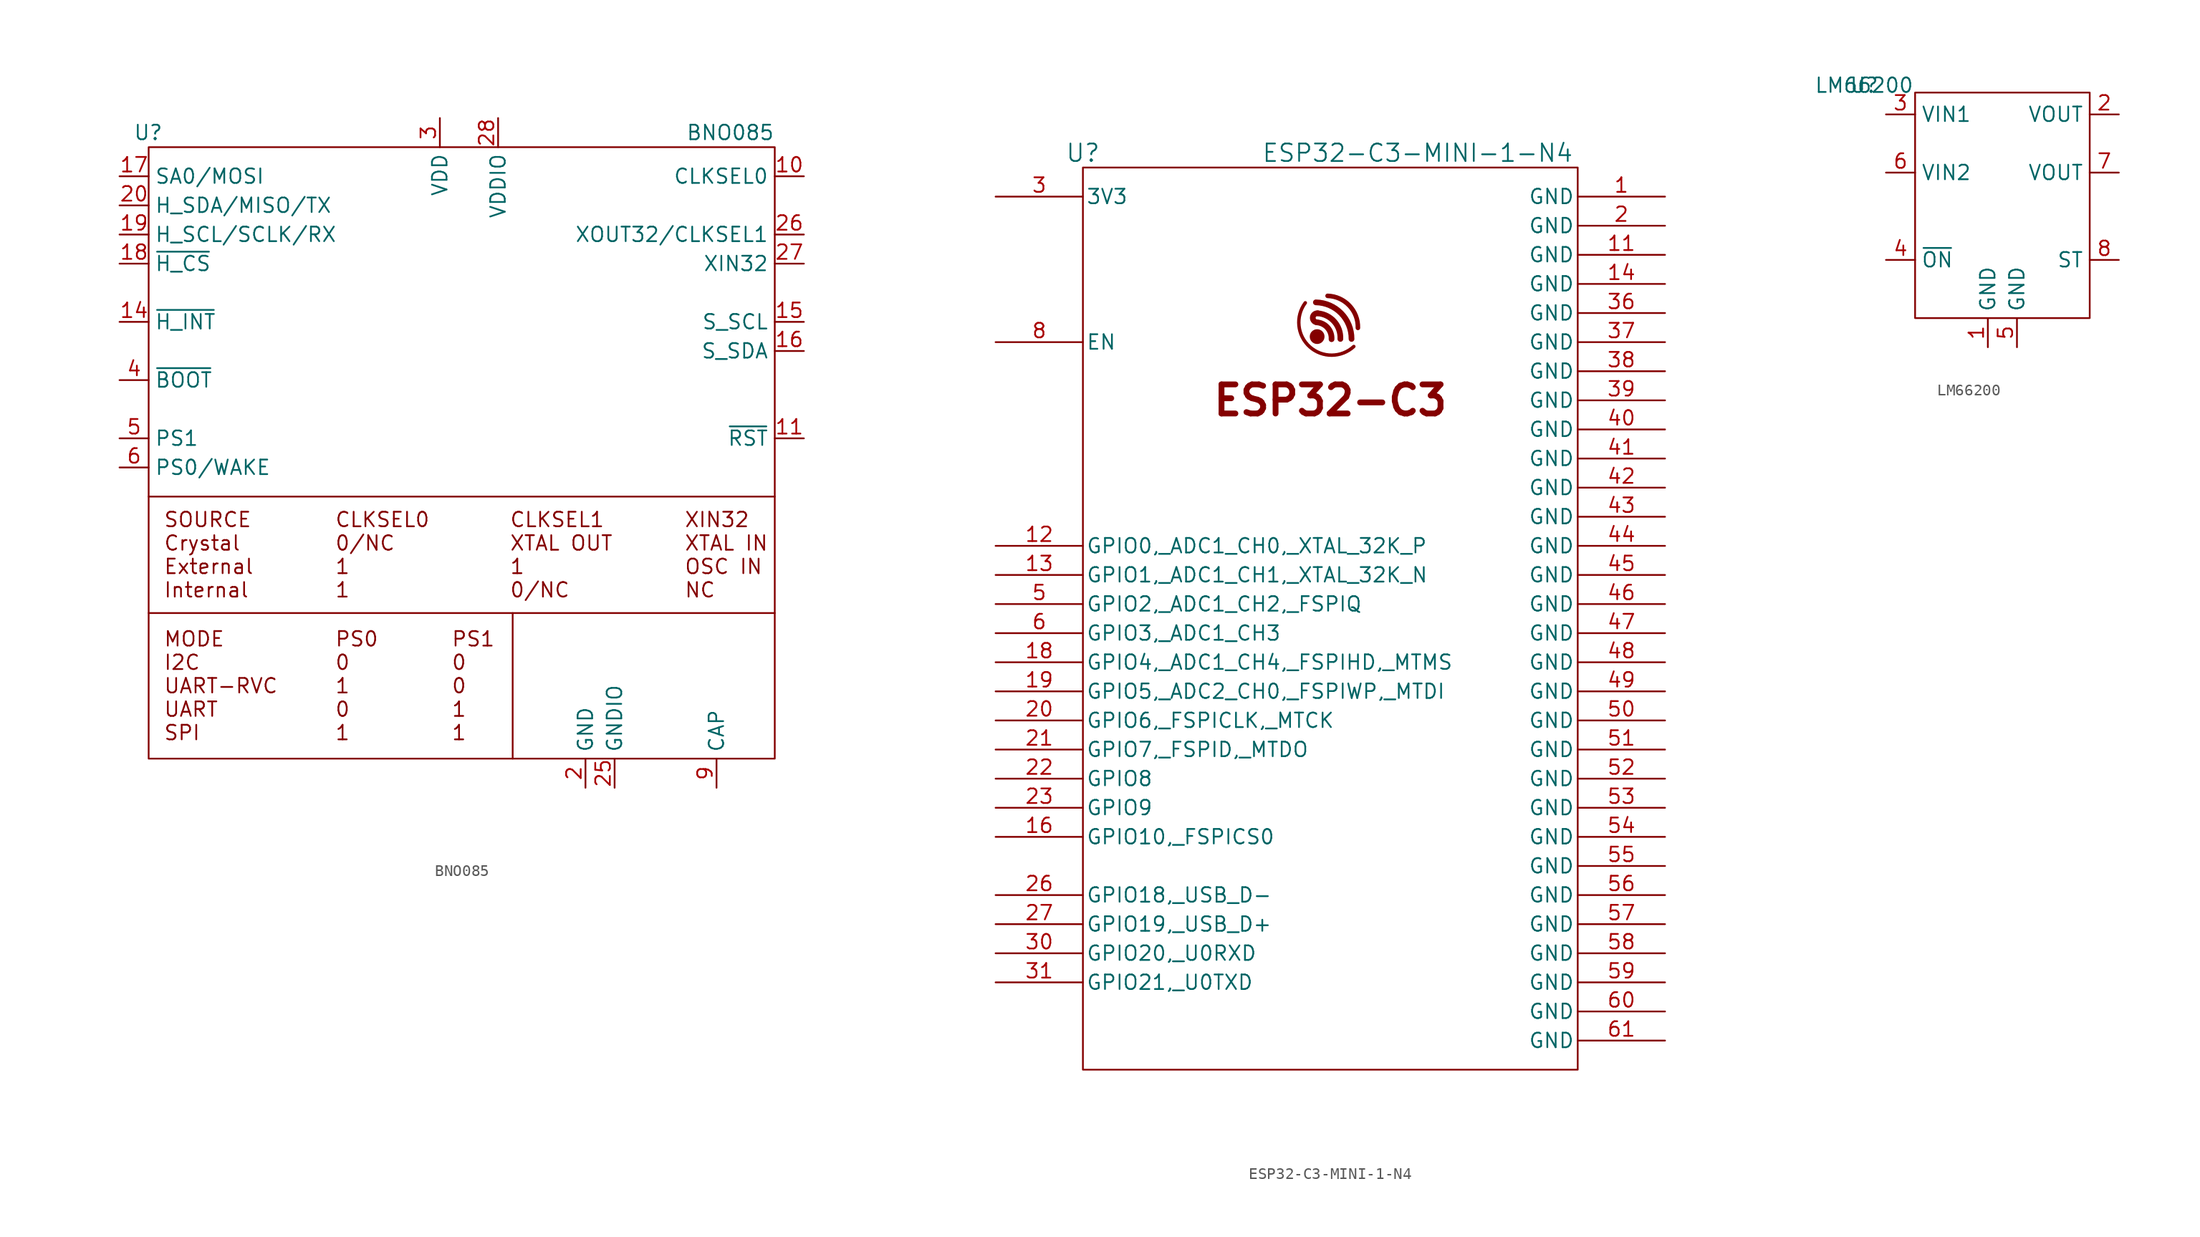
<source format=kicad_sym>
(kicad_symbol_lib
  (version 20220914)
  (generator kicad_symbol_editor)
  (symbol "BNO085"
    (property "Reference" "U"
      (at 3.81 3.81 0)
      (effects (font (size 1.27 1.27)) (justify right)))
    (property "Value" "BNO085"
      (at 57.15 3.81 0)
      (effects (font (size 1.27 1.27)) (justify right)))
    (symbol "BNO085_1_1"
      (polyline (pts (xy 2.54 -38.1) (xy 57.15 -38.1)) (stroke (width 0) (type default)) (fill (type none)))
      (polyline (pts (xy 2.54 -27.94) (xy 57.15 -27.94)) (stroke (width 0) (type default)) (fill (type none)))
      (polyline (pts (xy 34.29 -50.8) (xy 34.29 -38.1)) (stroke (width 0) (type default)) (fill (type none)))
      (rectangle (start 2.54 2.54) (end 57.15 -50.8) (stroke (width 0) (type default)) (fill (type none)))
      (text "MODE		PS0		PS1\nI2C			0		0\nUART-RVC	1		0\nUART		0		1\nSPI			1		1" (at 3.81 -44.45 0) (effects (font (size 1.27 1.27)) (justify left)))
      (text "SOURCE		CLKSEL0		CLKSEL1		XIN32\nCrystal		0/NC		XTAL OUT	XTAL IN  \nExternal	1			1			OSC IN\nInternal	1			0/NC		NC" (at 3.81 -33.02 0) (effects (font (size 1.27 1.27)) (justify left)))
      (pin no_connect line (at 59.69 -48.26 180) (length 2.54) hide (name "PIN1" (effects (font (size 1.27 1.27)))) (number "1" (effects (font (size 1.27 1.27)))))
      (pin input line (at 59.69 0 180) (length 2.54) (name "CLKSEL0" (effects (font (size 1.27 1.27)))) (number "10" (effects (font (size 1.27 1.27)))))
      (pin input line (at 59.69 -22.86 180) (length 2.54) (name "~{RST}" (effects (font (size 1.27 1.27)))) (number "11" (effects (font (size 1.27 1.27)))))
      (pin no_connect line (at 59.69 -39.37 180) (length 2.54) hide (name "PIN12" (effects (font (size 1.27 1.27)))) (number "12" (effects (font (size 1.27 1.27)))))
      (pin no_connect line (at 59.69 -45.72 180) (length 2.54) hide (name "PIN13" (effects (font (size 1.27 1.27)))) (number "13" (effects (font (size 1.27 1.27)))))
      (pin output line (at 0 -12.7 0) (length 2.54) (name "~{H_INT}" (effects (font (size 1.27 1.27)))) (number "14" (effects (font (size 1.27 1.27)))))
      (pin bidirectional line (at 59.69 -12.7 180) (length 2.54) (name "S_SCL" (effects (font (size 1.27 1.27)))) (number "15" (effects (font (size 1.27 1.27)))))
      (pin bidirectional line (at 59.69 -15.24 180) (length 2.54) (name "S_SDA" (effects (font (size 1.27 1.27)))) (number "16" (effects (font (size 1.27 1.27)))))
      (pin input line (at 0 0 0) (length 2.54) (name "SA0/MOSI" (effects (font (size 1.27 1.27)))) (number "17" (effects (font (size 1.27 1.27)))))
      (pin input line (at 0 -7.62 0) (length 2.54) (name "~{H_CS}" (effects (font (size 1.27 1.27)))) (number "18" (effects (font (size 1.27 1.27)))))
      (pin bidirectional line (at 0 -5.08 0) (length 2.54) (name "H_SCL/SCLK/RX" (effects (font (size 1.27 1.27)))) (number "19" (effects (font (size 1.27 1.27)))))
      (pin power_in line (at 40.64 -53.34 90) (length 2.54) (name "GND" (effects (font (size 1.27 1.27)))) (number "2" (effects (font (size 1.27 1.27)))))
      (pin bidirectional line (at 0 -2.54 0) (length 2.54) (name "H_SDA/MISO/TX" (effects (font (size 1.27 1.27)))) (number "20" (effects (font (size 1.27 1.27)))))
      (pin no_connect line (at 59.69 -49.53 180) (length 2.54) hide (name "PIN21" (effects (font (size 1.27 1.27)))) (number "21" (effects (font (size 1.27 1.27)))))
      (pin no_connect line (at 59.69 -46.99 180) (length 2.54) hide (name "PIN22" (effects (font (size 1.27 1.27)))) (number "22" (effects (font (size 1.27 1.27)))))
      (pin no_connect line (at 59.69 -44.45 180) (length 2.54) hide (name "PIN23" (effects (font (size 1.27 1.27)))) (number "23" (effects (font (size 1.27 1.27)))))
      (pin no_connect line (at 59.69 -43.18 180) (length 2.54) hide (name "PIN24" (effects (font (size 1.27 1.27)))) (number "24" (effects (font (size 1.27 1.27)))))
      (pin power_in line (at 43.18 -53.34 90) (length 2.54) (name "GNDIO" (effects (font (size 1.27 1.27)))) (number "25" (effects (font (size 1.27 1.27)))))
      (pin output line (at 59.69 -5.08 180) (length 2.54) (name "XOUT32/CLKSEL1" (effects (font (size 1.27 1.27)))) (number "26" (effects (font (size 1.27 1.27)))))
      (pin input line (at 59.69 -7.62 180) (length 2.54) (name "XIN32" (effects (font (size 1.27 1.27)))) (number "27" (effects (font (size 1.27 1.27)))))
      (pin power_in line (at 33.02 5.08 270) (length 2.54) (name "VDDIO" (effects (font (size 1.27 1.27)))) (number "28" (effects (font (size 1.27 1.27)))))
      (pin power_in line (at 27.94 5.08 270) (length 2.54) (name "VDD" (effects (font (size 1.27 1.27)))) (number "3" (effects (font (size 1.27 1.27)))))
      (pin input line (at 0 -17.78 0) (length 2.54) (name "~{BOOT}" (effects (font (size 1.27 1.27)))) (number "4" (effects (font (size 1.27 1.27)))))
      (pin input line (at 0 -22.86 0) (length 2.54) (name "PS1" (effects (font (size 1.27 1.27)))) (number "5" (effects (font (size 1.27 1.27)))))
      (pin input line (at 0 -25.4 0) (length 2.54) (name "PS0/WAKE" (effects (font (size 1.27 1.27)))) (number "6" (effects (font (size 1.27 1.27)))))
      (pin no_connect line (at 59.69 -41.91 180) (length 2.54) hide (name "PIN7" (effects (font (size 1.27 1.27)))) (number "7" (effects (font (size 1.27 1.27)))))
      (pin no_connect line (at 59.69 -40.64 180) (length 2.54) hide (name "PIN8" (effects (font (size 1.27 1.27)))) (number "8" (effects (font (size 1.27 1.27)))))
      (pin passive line (at 52.07 -53.34 90) (length 2.54) (name "CAP" (effects (font (size 1.27 1.27)))) (number "9" (effects (font (size 1.27 1.27)))))))
  (symbol "ESP32-C3-MINI-1-N4"
    (pin_names
      (offset 0.254))
    (property "Reference" "U"
      (at 7.62 3.81 0)
      (effects (font (size 1.524 1.524))))
    (property "Value" "ESP32-C3-MINI-1-N4"
      (at 36.83 3.81 0)
      (effects (font (size 1.524 1.524))))
    (symbol "ESP32-C3-MINI-1-N4_0_1"
      (pin power_out line (at 58.42 0 180) (length 7.62) (name "GND" (effects (font (size 1.27 1.27)))) (number "1" (effects (font (size 1.27 1.27)))))
      (pin power_out line (at 58.42 -5.08 180) (length 7.62) (name "GND" (effects (font (size 1.27 1.27)))) (number "11" (effects (font (size 1.27 1.27)))))
      (pin power_out line (at 58.42 -7.62 180) (length 7.62) (name "GND" (effects (font (size 1.27 1.27)))) (number "14" (effects (font (size 1.27 1.27)))))
      (pin power_out line (at 58.42 -2.54 180) (length 7.62) (name "GND" (effects (font (size 1.27 1.27)))) (number "2" (effects (font (size 1.27 1.27)))))
      (pin power_in line (at 0 0 0) (length 7.62) (name "3V3" (effects (font (size 1.27 1.27)))) (number "3" (effects (font (size 1.27 1.27)))))
      (pin power_out line (at 58.42 -10.16 180) (length 7.62) (name "GND" (effects (font (size 1.27 1.27)))) (number "36" (effects (font (size 1.27 1.27)))))
      (pin power_out line (at 58.42 -12.7 180) (length 7.62) (name "GND" (effects (font (size 1.27 1.27)))) (number "37" (effects (font (size 1.27 1.27)))))
      (pin power_out line (at 58.42 -15.24 180) (length 7.62) (name "GND" (effects (font (size 1.27 1.27)))) (number "38" (effects (font (size 1.27 1.27)))))
      (pin power_out line (at 58.42 -17.78 180) (length 7.62) (name "GND" (effects (font (size 1.27 1.27)))) (number "39" (effects (font (size 1.27 1.27)))))
      (pin power_out line (at 58.42 -20.32 180) (length 7.62) (name "GND" (effects (font (size 1.27 1.27)))) (number "40" (effects (font (size 1.27 1.27)))))
      (pin power_out line (at 58.42 -22.86 180) (length 7.62) (name "GND" (effects (font (size 1.27 1.27)))) (number "41" (effects (font (size 1.27 1.27)))))
      (pin power_out line (at 58.42 -25.4 180) (length 7.62) (name "GND" (effects (font (size 1.27 1.27)))) (number "42" (effects (font (size 1.27 1.27)))))
      (pin power_out line (at 58.42 -27.94 180) (length 7.62) (name "GND" (effects (font (size 1.27 1.27)))) (number "43" (effects (font (size 1.27 1.27)))))
      (pin power_out line (at 58.42 -30.48 180) (length 7.62) (name "GND" (effects (font (size 1.27 1.27)))) (number "44" (effects (font (size 1.27 1.27)))))
      (pin power_out line (at 58.42 -33.02 180) (length 7.62) (name "GND" (effects (font (size 1.27 1.27)))) (number "45" (effects (font (size 1.27 1.27)))))
      (pin power_out line (at 58.42 -35.56 180) (length 7.62) (name "GND" (effects (font (size 1.27 1.27)))) (number "46" (effects (font (size 1.27 1.27)))))
      (pin power_out line (at 58.42 -38.1 180) (length 7.62) (name "GND" (effects (font (size 1.27 1.27)))) (number "47" (effects (font (size 1.27 1.27)))))
      (pin power_out line (at 58.42 -40.64 180) (length 7.62) (name "GND" (effects (font (size 1.27 1.27)))) (number "48" (effects (font (size 1.27 1.27)))))
      (pin power_out line (at 58.42 -43.18 180) (length 7.62) (name "GND" (effects (font (size 1.27 1.27)))) (number "49" (effects (font (size 1.27 1.27)))))
      (pin power_out line (at 58.42 -45.72 180) (length 7.62) (name "GND" (effects (font (size 1.27 1.27)))) (number "50" (effects (font (size 1.27 1.27)))))
      (pin power_out line (at 58.42 -48.26 180) (length 7.62) (name "GND" (effects (font (size 1.27 1.27)))) (number "51" (effects (font (size 1.27 1.27)))))
      (pin power_out line (at 58.42 -50.8 180) (length 7.62) (name "GND" (effects (font (size 1.27 1.27)))) (number "52" (effects (font (size 1.27 1.27)))))
      (pin power_out line (at 58.42 -53.34 180) (length 7.62) (name "GND" (effects (font (size 1.27 1.27)))) (number "53" (effects (font (size 1.27 1.27)))))
      (pin power_out line (at 58.42 -55.88 180) (length 7.62) (name "GND" (effects (font (size 1.27 1.27)))) (number "54" (effects (font (size 1.27 1.27)))))
      (pin power_out line (at 58.42 -58.42 180) (length 7.62) (name "GND" (effects (font (size 1.27 1.27)))) (number "55" (effects (font (size 1.27 1.27)))))
      (pin power_out line (at 58.42 -60.96 180) (length 7.62) (name "GND" (effects (font (size 1.27 1.27)))) (number "56" (effects (font (size 1.27 1.27)))))
      (pin power_out line (at 58.42 -63.5 180) (length 7.62) (name "GND" (effects (font (size 1.27 1.27)))) (number "57" (effects (font (size 1.27 1.27)))))
      (pin power_out line (at 58.42 -66.04 180) (length 7.62) (name "GND" (effects (font (size 1.27 1.27)))) (number "58" (effects (font (size 1.27 1.27)))))
      (pin power_out line (at 58.42 -68.58 180) (length 7.62) (name "GND" (effects (font (size 1.27 1.27)))) (number "59" (effects (font (size 1.27 1.27)))))
      (pin power_out line (at 58.42 -71.12 180) (length 7.62) (name "GND" (effects (font (size 1.27 1.27)))) (number "60" (effects (font (size 1.27 1.27)))))
      (pin power_out line (at 58.42 -73.66 180) (length 7.62) (name "GND" (effects (font (size 1.27 1.27)))) (number "61" (effects (font (size 1.27 1.27)))))
      (pin input line (at 0 -12.7 0) (length 7.62) (name "EN" (effects (font (size 1.27 1.27)))) (number "8" (effects (font (size 1.27 1.27))))))
    (symbol "ESP32-C3-MINI-1-N4_1_1"
      (rectangle (start 7.62 2.54) (end 50.8 -76.2) (stroke (width 0) (type default)) (fill (type none)))
      (arc (start 27.0277 -9.2676) (mid 27.4044 -13.1049) (end 31.2601 -13.0808) (stroke (width 0.3) (type default)) (fill (type none)))
      (circle (center 28.06 -12.217) (radius 0.568) (stroke (width 0) (type default)) (fill (type outline)))
      (arc (start 28.1105 -10.1852) (mid 27.6909 -10.5453) (end 28.0416 -10.9728) (stroke (width 0.5) (type default)) (fill (type none)))
      (arc (start 29.3141 -12.4427) (mid 28.9783 -11.4477) (end 28.0416 -10.9728) (stroke (width 0.5) (type default)) (fill (type none)))
      (arc (start 30.0917 -12.4204) (mid 29.5547 -10.9008) (end 28.1105 -10.1852) (stroke (width 0.5) (type default)) (fill (type none)))
      (arc (start 31.0569 -12.4204) (mid 30.1597 -10.1862) (end 27.951 -9.2279) (stroke (width 0.5) (type default)) (fill (type none)))
      (arc (start 31.6157 -11.4552) (mid 30.8708 -9.5137) (end 28.9741 -8.6612) (stroke (width 0.4) (type default)) (fill (type none)))
      (text "ESP32-C3" (at 29.21 -17.78 0) (effects (font (size 2.54 2.54) bold)))
      (pin no_connect line (at 0 -1.27 0) (length 7.62) hide (name "NC" (effects (font (size 1.27 1.27)))) (number "10" (effects (font (size 1.27 1.27)))))
      (pin bidirectional line (at 0 -30.48 0) (length 7.62) (name "GPIO0,_ADC1_CH0,_XTAL_32K_P" (effects (font (size 1.27 1.27)))) (number "12" (effects (font (size 1.27 1.27)))))
      (pin bidirectional line (at 0 -33.02 0) (length 7.62) (name "GPIO1,_ADC1_CH1,_XTAL_32K_N" (effects (font (size 1.27 1.27)))) (number "13" (effects (font (size 1.27 1.27)))))
      (pin no_connect line (at 0 -2.54 0) (length 7.62) hide (name "NC" (effects (font (size 1.27 1.27)))) (number "15" (effects (font (size 1.27 1.27)))))
      (pin bidirectional line (at 0 -55.88 0) (length 7.62) (name "GPIO10,_FSPICS0" (effects (font (size 1.27 1.27)))) (number "16" (effects (font (size 1.27 1.27)))))
      (pin no_connect line (at 0 -3.81 0) (length 7.62) hide (name "NC" (effects (font (size 1.27 1.27)))) (number "17" (effects (font (size 1.27 1.27)))))
      (pin bidirectional line (at 0 -40.64 0) (length 7.62) (name "GPIO4,_ADC1_CH4,_FSPIHD,_MTMS" (effects (font (size 1.27 1.27)))) (number "18" (effects (font (size 1.27 1.27)))))
      (pin bidirectional line (at 0 -43.18 0) (length 7.62) (name "GPIO5,_ADC2_CH0,_FSPIWP,_MTDI" (effects (font (size 1.27 1.27)))) (number "19" (effects (font (size 1.27 1.27)))))
      (pin bidirectional line (at 0 -45.72 0) (length 7.62) (name "GPIO6,_FSPICLK,_MTCK" (effects (font (size 1.27 1.27)))) (number "20" (effects (font (size 1.27 1.27)))))
      (pin bidirectional line (at 0 -48.26 0) (length 7.62) (name "GPIO7,_FSPID,_MTDO" (effects (font (size 1.27 1.27)))) (number "21" (effects (font (size 1.27 1.27)))))
      (pin bidirectional line (at 0 -50.8 0) (length 7.62) (name "GPIO8" (effects (font (size 1.27 1.27)))) (number "22" (effects (font (size 1.27 1.27)))))
      (pin bidirectional line (at 0 -53.34 0) (length 7.62) (name "GPIO9" (effects (font (size 1.27 1.27)))) (number "23" (effects (font (size 1.27 1.27)))))
      (pin no_connect line (at 0 -5.08 0) (length 7.62) hide (name "NC" (effects (font (size 1.27 1.27)))) (number "24" (effects (font (size 1.27 1.27)))))
      (pin no_connect line (at 0 -6.35 0) (length 7.62) hide (name "NC" (effects (font (size 1.27 1.27)))) (number "25" (effects (font (size 1.27 1.27)))))
      (pin bidirectional line (at 0 -60.96 0) (length 7.62) (name "GPIO18,_USB_D-" (effects (font (size 1.27 1.27)))) (number "26" (effects (font (size 1.27 1.27)))))
      (pin bidirectional line (at 0 -63.5 0) (length 7.62) (name "GPIO19,_USB_D+" (effects (font (size 1.27 1.27)))) (number "27" (effects (font (size 1.27 1.27)))))
      (pin no_connect line (at 0 -7.62 0) (length 7.62) hide (name "NC" (effects (font (size 1.27 1.27)))) (number "28" (effects (font (size 1.27 1.27)))))
      (pin no_connect line (at 0 -8.89 0) (length 7.62) hide (name "NC" (effects (font (size 1.27 1.27)))) (number "29" (effects (font (size 1.27 1.27)))))
      (pin bidirectional line (at 0 -66.04 0) (length 7.62) (name "GPIO20,_U0RXD" (effects (font (size 1.27 1.27)))) (number "30" (effects (font (size 1.27 1.27)))))
      (pin bidirectional line (at 0 -68.58 0) (length 7.62) (name "GPIO21,_U0TXD" (effects (font (size 1.27 1.27)))) (number "31" (effects (font (size 1.27 1.27)))))
      (pin no_connect line (at 0 -10.16 0) (length 7.62) hide (name "NC" (effects (font (size 1.27 1.27)))) (number "32" (effects (font (size 1.27 1.27)))))
      (pin no_connect line (at 0 -15.24 0) (length 7.62) hide (name "NC" (effects (font (size 1.27 1.27)))) (number "33" (effects (font (size 1.27 1.27)))))
      (pin no_connect line (at 0 -16.51 0) (length 7.62) hide (name "NC" (effects (font (size 1.27 1.27)))) (number "34" (effects (font (size 1.27 1.27)))))
      (pin no_connect line (at 0 -17.78 0) (length 7.62) hide (name "NC" (effects (font (size 1.27 1.27)))) (number "35" (effects (font (size 1.27 1.27)))))
      (pin no_connect line (at 0 -19.05 0) (length 7.62) hide (name "NC" (effects (font (size 1.27 1.27)))) (number "4" (effects (font (size 1.27 1.27)))))
      (pin bidirectional line (at 0 -35.56 0) (length 7.62) (name "GPIO2,_ADC1_CH2,_FSPIQ" (effects (font (size 1.27 1.27)))) (number "5" (effects (font (size 1.27 1.27)))))
      (pin bidirectional line (at 0 -38.1 0) (length 7.62) (name "GPIO3,_ADC1_CH3" (effects (font (size 1.27 1.27)))) (number "6" (effects (font (size 1.27 1.27)))))
      (pin no_connect line (at 0 -20.32 0) (length 7.62) hide (name "NC" (effects (font (size 1.27 1.27)))) (number "7" (effects (font (size 1.27 1.27)))))
      (pin no_connect line (at 0 -21.59 0) (length 7.62) hide (name "NC" (effects (font (size 1.27 1.27)))) (number "9" (effects (font (size 1.27 1.27)))))))
  (symbol "LM66200"
    (property "Reference" "U"
      (at -1.905 2.54 0)
      (effects (font (size 1.27 1.27))))
    (property "Value" "LM66200"
      (at -1.905 2.54 0)
      (effects (font (size 1.27 1.27))))
    (symbol "LM66200_0_1"
      (rectangle (start 2.54 1.905) (end 17.78 -17.78) (stroke (width 0) (type default)) (fill (type none))))
    (symbol "LM66200_1_1"
      (pin power_in line (at 8.89 -20.32 90) (length 2.54) (name "GND" (effects (font (size 1.27 1.27)))) (number "1" (effects (font (size 1.27 1.27)))))
      (pin power_out line (at 20.32 0 180) (length 2.54) (name "VOUT" (effects (font (size 1.27 1.27)))) (number "2" (effects (font (size 1.27 1.27)))))
      (pin power_in line (at 0 0 0) (length 2.54) (name "VIN1" (effects (font (size 1.27 1.27)))) (number "3" (effects (font (size 1.27 1.27)))))
      (pin input line (at 0 -12.7 0) (length 2.54) (name "~{ON}" (effects (font (size 1.27 1.27)))) (number "4" (effects (font (size 1.27 1.27)))))
      (pin power_in line (at 11.43 -20.32 90) (length 2.54) (name "GND" (effects (font (size 1.27 1.27)))) (number "5" (effects (font (size 1.27 1.27)))))
      (pin power_in line (at 0 -5.08 0) (length 2.54) (name "VIN2" (effects (font (size 1.27 1.27)))) (number "6" (effects (font (size 1.27 1.27)))))
      (pin power_out line (at 20.32 -5.08 180) (length 2.54) (name "VOUT" (effects (font (size 1.27 1.27)))) (number "7" (effects (font (size 1.27 1.27)))))
      (pin open_collector line (at 20.32 -12.7 180) (length 2.54) (name "ST" (effects (font (size 1.27 1.27)))) (number "8" (effects (font (size 1.27 1.27))))))))
</source>
